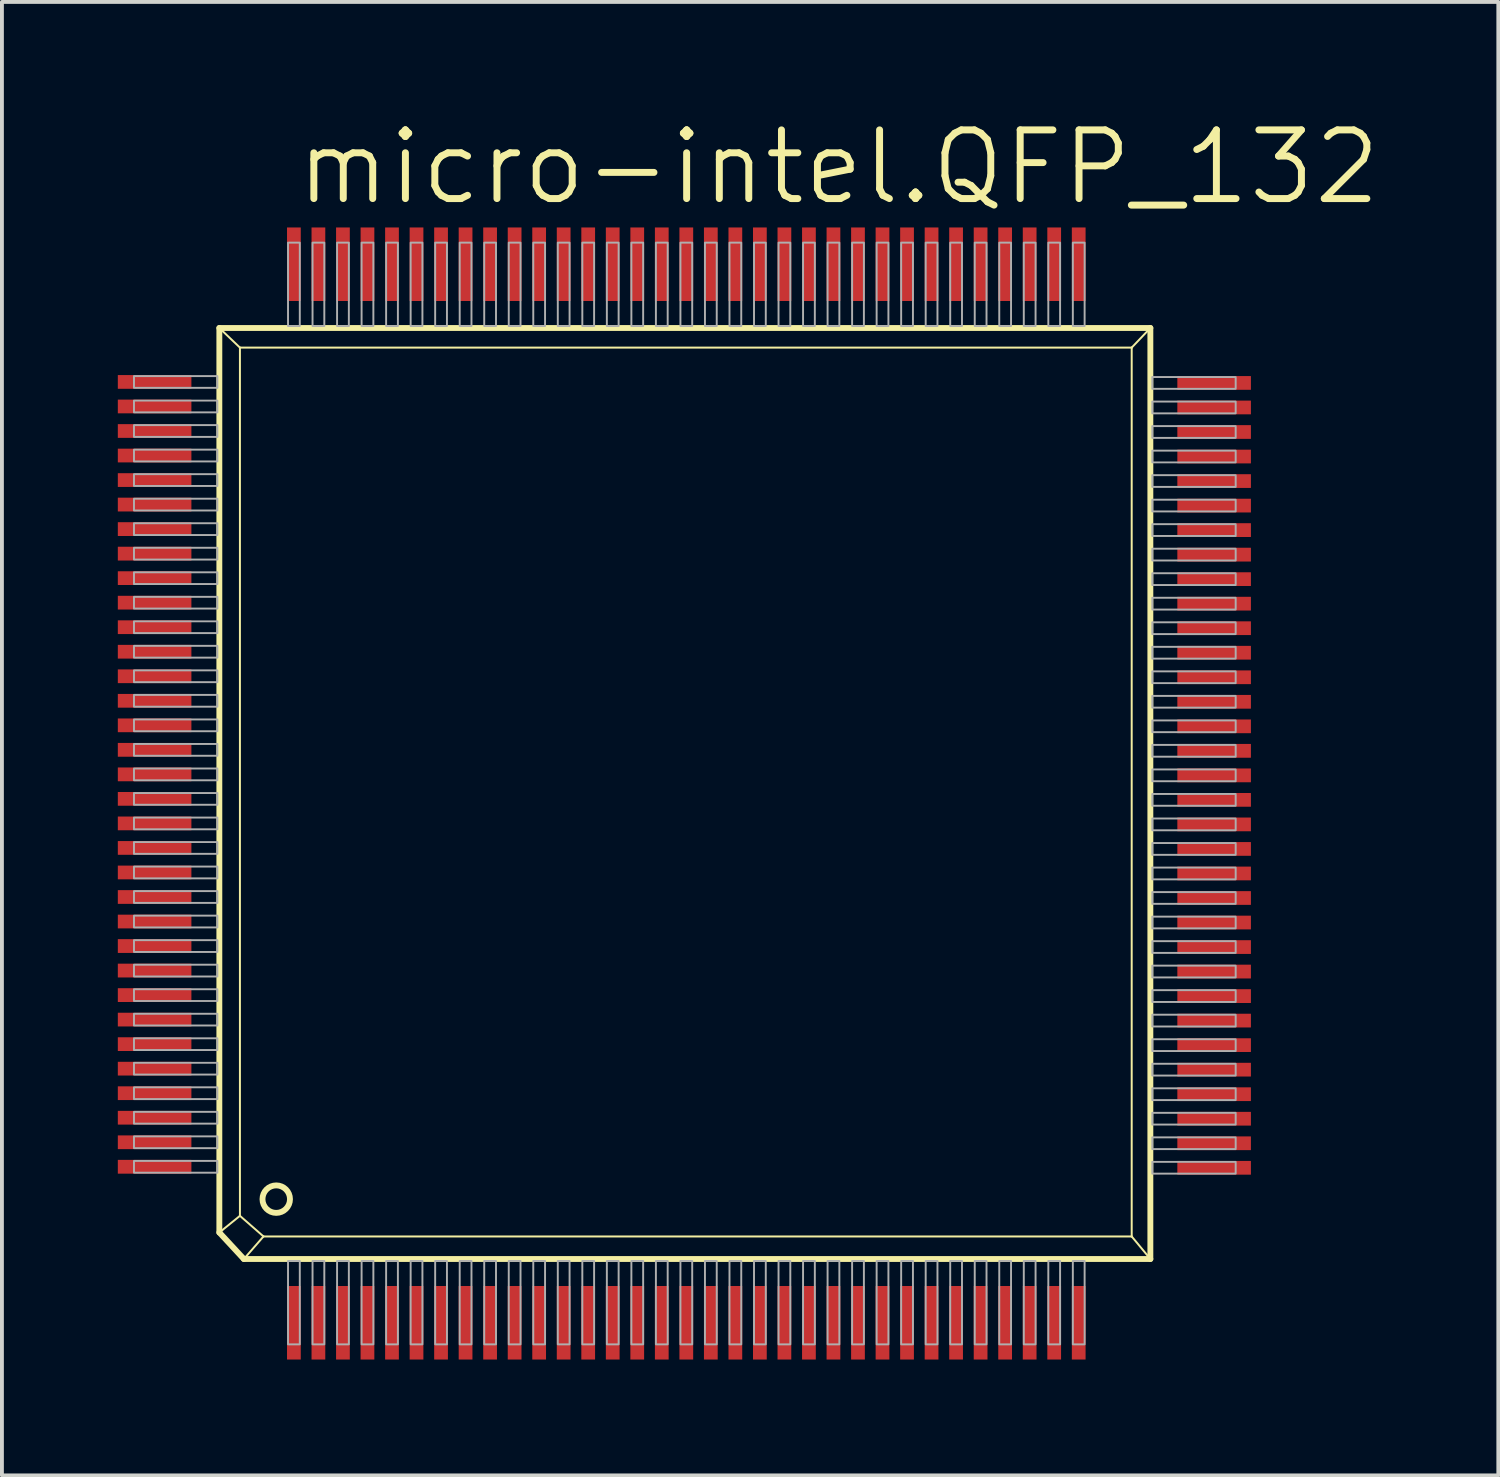
<source format=kicad_pcb>
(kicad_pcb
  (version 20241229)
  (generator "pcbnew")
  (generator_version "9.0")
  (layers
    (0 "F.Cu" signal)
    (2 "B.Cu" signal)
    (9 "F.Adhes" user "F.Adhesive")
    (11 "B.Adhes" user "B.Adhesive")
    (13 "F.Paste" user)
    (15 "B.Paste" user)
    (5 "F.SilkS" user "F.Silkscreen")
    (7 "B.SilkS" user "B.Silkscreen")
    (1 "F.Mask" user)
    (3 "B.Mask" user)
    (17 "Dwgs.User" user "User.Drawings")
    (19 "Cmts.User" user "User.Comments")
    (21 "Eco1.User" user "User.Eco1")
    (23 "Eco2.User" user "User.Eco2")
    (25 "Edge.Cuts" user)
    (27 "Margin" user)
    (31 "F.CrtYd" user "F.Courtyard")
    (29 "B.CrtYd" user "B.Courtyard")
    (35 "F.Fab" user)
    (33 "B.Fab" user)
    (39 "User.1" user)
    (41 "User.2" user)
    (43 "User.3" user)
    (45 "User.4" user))
  (footprint "micro-intel.QFP_132"
    (layer "F.Cu")
    (at 14.694 17.05)
    (property "Reference" "micro-intel.QFP_132" (at -10.16 -14.732 0) (layer "F.SilkS") (effects (font (size 1.778 1.778) (thickness 0.18)) (justify left bottom)))
    (attr smd)
    (fp_line (start -12.065 -11.608) (end -11.532 -11.1) (stroke (width 0.051) (type default)) (layer "F.SilkS"))
    (fp_line (start -12.065 11.811) (end -12.065 -11.608) (stroke (width 0.152) (type default)) (layer "F.SilkS"))
    (fp_line (start -12.065 11.811) (end -11.532 11.379) (stroke (width 0.051) (type default)) (layer "F.SilkS"))
    (fp_line (start -12.065 11.811) (end -11.43 12.497) (stroke (width 0.152) (type default)) (layer "F.SilkS"))
    (fp_line (start -11.532 -11.1) (end -11.532 11.379) (stroke (width 0.051) (type default)) (layer "F.SilkS"))
    (fp_line (start -11.532 -11.1) (end 11.557 -11.1) (stroke (width 0.051) (type default)) (layer "F.SilkS"))
    (fp_line (start -11.43 12.497) (end -10.922 11.913) (stroke (width 0.051) (type default)) (layer "F.SilkS"))
    (fp_line (start -11.43 12.497) (end 12.04 12.497) (stroke (width 0.152) (type default)) (layer "F.SilkS"))
    (fp_line (start -10.922 11.913) (end -11.532 11.379) (stroke (width 0.051) (type default)) (layer "F.SilkS"))
    (fp_line (start -10.922 11.913) (end 11.557 11.913) (stroke (width 0.051) (type default)) (layer "F.SilkS"))
    (fp_line (start 11.557 11.913) (end 11.557 -11.1) (stroke (width 0.051) (type default)) (layer "F.SilkS"))
    (fp_line (start 12.04 -11.608) (end -12.065 -11.608) (stroke (width 0.152) (type default)) (layer "F.SilkS"))
    (fp_line (start 12.04 -11.608) (end 11.557 -11.1) (stroke (width 0.051) (type default)) (layer "F.SilkS"))
    (fp_line (start 12.04 12.497) (end 11.557 11.913) (stroke (width 0.051) (type default)) (layer "F.SilkS"))
    (fp_line (start 12.04 12.497) (end 12.04 -11.608) (stroke (width 0.152) (type default)) (layer "F.SilkS"))
    (fp_circle (center -10.592 10.947) (end -10.236 10.947) (stroke (width 0.152) (type default)) (fill no) (layer "F.SilkS"))
    (fp_rect (start -14.275 -10.058) (end -12.116 -10.363) (stroke (width 0.05) (type default)) (fill no) (layer "F.Fab"))
    (fp_rect (start -14.275 -9.423) (end -12.116 -9.728) (stroke (width 0.05) (type default)) (fill no) (layer "F.Fab"))
    (fp_rect (start -14.275 -8.788) (end -12.116 -9.093) (stroke (width 0.05) (type default)) (fill no) (layer "F.Fab"))
    (fp_rect (start -14.275 -8.153) (end -12.116 -8.458) (stroke (width 0.05) (type default)) (fill no) (layer "F.Fab"))
    (fp_rect (start -14.275 -7.518) (end -12.116 -7.823) (stroke (width 0.05) (type default)) (fill no) (layer "F.Fab"))
    (fp_rect (start -14.275 -6.883) (end -12.116 -7.188) (stroke (width 0.05) (type default)) (fill no) (layer "F.Fab"))
    (fp_rect (start -14.275 -6.248) (end -12.116 -6.553) (stroke (width 0.05) (type default)) (fill no) (layer "F.Fab"))
    (fp_rect (start -14.275 -5.613) (end -12.116 -5.918) (stroke (width 0.05) (type default)) (fill no) (layer "F.Fab"))
    (fp_rect (start -14.275 -4.978) (end -12.116 -5.283) (stroke (width 0.05) (type default)) (fill no) (layer "F.Fab"))
    (fp_rect (start -14.275 -4.343) (end -12.116 -4.648) (stroke (width 0.05) (type default)) (fill no) (layer "F.Fab"))
    (fp_rect (start -14.275 -3.708) (end -12.116 -4.013) (stroke (width 0.05) (type default)) (fill no) (layer "F.Fab"))
    (fp_rect (start -14.275 -3.073) (end -12.116 -3.378) (stroke (width 0.05) (type default)) (fill no) (layer "F.Fab"))
    (fp_rect (start -14.275 -2.438) (end -12.116 -2.743) (stroke (width 0.05) (type default)) (fill no) (layer "F.Fab"))
    (fp_rect (start -14.275 -1.803) (end -12.116 -2.108) (stroke (width 0.05) (type default)) (fill no) (layer "F.Fab"))
    (fp_rect (start -14.275 -1.168) (end -12.116 -1.473) (stroke (width 0.05) (type default)) (fill no) (layer "F.Fab"))
    (fp_rect (start -14.275 -0.533) (end -12.116 -0.838) (stroke (width 0.05) (type default)) (fill no) (layer "F.Fab"))
    (fp_rect (start -14.275 0.102) (end -12.116 -0.203) (stroke (width 0.05) (type default)) (fill no) (layer "F.Fab"))
    (fp_rect (start -14.275 0.737) (end -12.116 0.432) (stroke (width 0.05) (type default)) (fill no) (layer "F.Fab"))
    (fp_rect (start -14.275 1.372) (end -12.116 1.067) (stroke (width 0.05) (type default)) (fill no) (layer "F.Fab"))
    (fp_rect (start -14.275 2.007) (end -12.116 1.702) (stroke (width 0.05) (type default)) (fill no) (layer "F.Fab"))
    (fp_rect (start -14.275 2.642) (end -12.116 2.337) (stroke (width 0.05) (type default)) (fill no) (layer "F.Fab"))
    (fp_rect (start -14.275 3.277) (end -12.116 2.972) (stroke (width 0.05) (type default)) (fill no) (layer "F.Fab"))
    (fp_rect (start -14.275 3.912) (end -12.116 3.607) (stroke (width 0.05) (type default)) (fill no) (layer "F.Fab"))
    (fp_rect (start -14.275 4.547) (end -12.116 4.242) (stroke (width 0.05) (type default)) (fill no) (layer "F.Fab"))
    (fp_rect (start -14.275 5.182) (end -12.116 4.877) (stroke (width 0.05) (type default)) (fill no) (layer "F.Fab"))
    (fp_rect (start -14.275 5.817) (end -12.116 5.512) (stroke (width 0.05) (type default)) (fill no) (layer "F.Fab"))
    (fp_rect (start -14.275 6.452) (end -12.116 6.147) (stroke (width 0.05) (type default)) (fill no) (layer "F.Fab"))
    (fp_rect (start -14.275 7.087) (end -12.116 6.782) (stroke (width 0.05) (type default)) (fill no) (layer "F.Fab"))
    (fp_rect (start -14.275 7.722) (end -12.116 7.417) (stroke (width 0.05) (type default)) (fill no) (layer "F.Fab"))
    (fp_rect (start -14.275 8.357) (end -12.116 8.052) (stroke (width 0.05) (type default)) (fill no) (layer "F.Fab"))
    (fp_rect (start -14.275 8.992) (end -12.116 8.687) (stroke (width 0.05) (type default)) (fill no) (layer "F.Fab"))
    (fp_rect (start -14.275 9.627) (end -12.116 9.322) (stroke (width 0.05) (type default)) (fill no) (layer "F.Fab"))
    (fp_rect (start -14.275 10.262) (end -12.116 9.957) (stroke (width 0.05) (type default)) (fill no) (layer "F.Fab"))
    (fp_rect (start -10.287 -11.659) (end -9.982 -13.818) (stroke (width 0.05) (type default)) (fill no) (layer "F.Fab"))
    (fp_rect (start -10.287 14.707) (end -9.982 12.548) (stroke (width 0.05) (type default)) (fill no) (layer "F.Fab"))
    (fp_rect (start -9.652 -11.659) (end -9.347 -13.818) (stroke (width 0.05) (type default)) (fill no) (layer "F.Fab"))
    (fp_rect (start -9.652 14.707) (end -9.347 12.548) (stroke (width 0.05) (type default)) (fill no) (layer "F.Fab"))
    (fp_rect (start -9.017 -11.659) (end -8.712 -13.818) (stroke (width 0.05) (type default)) (fill no) (layer "F.Fab"))
    (fp_rect (start -9.017 14.707) (end -8.712 12.548) (stroke (width 0.05) (type default)) (fill no) (layer "F.Fab"))
    (fp_rect (start -8.382 -11.659) (end -8.077 -13.818) (stroke (width 0.05) (type default)) (fill no) (layer "F.Fab"))
    (fp_rect (start -8.382 14.707) (end -8.077 12.548) (stroke (width 0.05) (type default)) (fill no) (layer "F.Fab"))
    (fp_rect (start -7.747 -11.659) (end -7.442 -13.818) (stroke (width 0.05) (type default)) (fill no) (layer "F.Fab"))
    (fp_rect (start -7.747 14.707) (end -7.442 12.548) (stroke (width 0.05) (type default)) (fill no) (layer "F.Fab"))
    (fp_rect (start -7.112 -11.659) (end -6.807 -13.818) (stroke (width 0.05) (type default)) (fill no) (layer "F.Fab"))
    (fp_rect (start -7.112 14.707) (end -6.807 12.548) (stroke (width 0.05) (type default)) (fill no) (layer "F.Fab"))
    (fp_rect (start -6.477 -11.659) (end -6.172 -13.818) (stroke (width 0.05) (type default)) (fill no) (layer "F.Fab"))
    (fp_rect (start -6.477 14.707) (end -6.172 12.548) (stroke (width 0.05) (type default)) (fill no) (layer "F.Fab"))
    (fp_rect (start -5.842 -11.659) (end -5.537 -13.818) (stroke (width 0.05) (type default)) (fill no) (layer "F.Fab"))
    (fp_rect (start -5.842 14.707) (end -5.537 12.548) (stroke (width 0.05) (type default)) (fill no) (layer "F.Fab"))
    (fp_rect (start -5.207 -11.659) (end -4.902 -13.818) (stroke (width 0.05) (type default)) (fill no) (layer "F.Fab"))
    (fp_rect (start -5.207 14.707) (end -4.902 12.548) (stroke (width 0.05) (type default)) (fill no) (layer "F.Fab"))
    (fp_rect (start -4.572 -11.659) (end -4.267 -13.818) (stroke (width 0.05) (type default)) (fill no) (layer "F.Fab"))
    (fp_rect (start -4.572 14.707) (end -4.267 12.548) (stroke (width 0.05) (type default)) (fill no) (layer "F.Fab"))
    (fp_rect (start -3.937 -11.659) (end -3.632 -13.818) (stroke (width 0.05) (type default)) (fill no) (layer "F.Fab"))
    (fp_rect (start -3.937 14.707) (end -3.632 12.548) (stroke (width 0.05) (type default)) (fill no) (layer "F.Fab"))
    (fp_rect (start -3.302 -11.659) (end -2.997 -13.818) (stroke (width 0.05) (type default)) (fill no) (layer "F.Fab"))
    (fp_rect (start -3.302 14.707) (end -2.997 12.548) (stroke (width 0.05) (type default)) (fill no) (layer "F.Fab"))
    (fp_rect (start -2.667 -11.659) (end -2.362 -13.818) (stroke (width 0.05) (type default)) (fill no) (layer "F.Fab"))
    (fp_rect (start -2.667 14.707) (end -2.362 12.548) (stroke (width 0.05) (type default)) (fill no) (layer "F.Fab"))
    (fp_rect (start -2.032 -11.659) (end -1.727 -13.818) (stroke (width 0.05) (type default)) (fill no) (layer "F.Fab"))
    (fp_rect (start -2.032 14.707) (end -1.727 12.548) (stroke (width 0.05) (type default)) (fill no) (layer "F.Fab"))
    (fp_rect (start -1.397 -11.659) (end -1.092 -13.818) (stroke (width 0.05) (type default)) (fill no) (layer "F.Fab"))
    (fp_rect (start -1.397 14.707) (end -1.092 12.548) (stroke (width 0.05) (type default)) (fill no) (layer "F.Fab"))
    (fp_rect (start -0.762 -11.659) (end -0.457 -13.818) (stroke (width 0.05) (type default)) (fill no) (layer "F.Fab"))
    (fp_rect (start -0.762 14.707) (end -0.457 12.548) (stroke (width 0.05) (type default)) (fill no) (layer "F.Fab"))
    (fp_rect (start -0.127 -11.659) (end 0.178 -13.818) (stroke (width 0.05) (type default)) (fill no) (layer "F.Fab"))
    (fp_rect (start -0.127 14.707) (end 0.178 12.548) (stroke (width 0.05) (type default)) (fill no) (layer "F.Fab"))
    (fp_rect (start 0.508 -11.659) (end 0.813 -13.818) (stroke (width 0.05) (type default)) (fill no) (layer "F.Fab"))
    (fp_rect (start 0.508 14.707) (end 0.813 12.548) (stroke (width 0.05) (type default)) (fill no) (layer "F.Fab"))
    (fp_rect (start 1.143 -11.659) (end 1.448 -13.818) (stroke (width 0.05) (type default)) (fill no) (layer "F.Fab"))
    (fp_rect (start 1.143 14.707) (end 1.448 12.548) (stroke (width 0.05) (type default)) (fill no) (layer "F.Fab"))
    (fp_rect (start 1.778 -11.659) (end 2.083 -13.818) (stroke (width 0.05) (type default)) (fill no) (layer "F.Fab"))
    (fp_rect (start 1.778 14.707) (end 2.083 12.548) (stroke (width 0.05) (type default)) (fill no) (layer "F.Fab"))
    (fp_rect (start 2.413 -11.659) (end 2.718 -13.818) (stroke (width 0.05) (type default)) (fill no) (layer "F.Fab"))
    (fp_rect (start 2.413 14.707) (end 2.718 12.548) (stroke (width 0.05) (type default)) (fill no) (layer "F.Fab"))
    (fp_rect (start 3.048 -11.659) (end 3.353 -13.818) (stroke (width 0.05) (type default)) (fill no) (layer "F.Fab"))
    (fp_rect (start 3.048 14.707) (end 3.353 12.548) (stroke (width 0.05) (type default)) (fill no) (layer "F.Fab"))
    (fp_rect (start 3.683 -11.659) (end 3.988 -13.818) (stroke (width 0.05) (type default)) (fill no) (layer "F.Fab"))
    (fp_rect (start 3.683 14.707) (end 3.988 12.548) (stroke (width 0.05) (type default)) (fill no) (layer "F.Fab"))
    (fp_rect (start 4.318 -11.659) (end 4.623 -13.818) (stroke (width 0.05) (type default)) (fill no) (layer "F.Fab"))
    (fp_rect (start 4.318 14.707) (end 4.623 12.548) (stroke (width 0.05) (type default)) (fill no) (layer "F.Fab"))
    (fp_rect (start 4.953 -11.659) (end 5.258 -13.818) (stroke (width 0.05) (type default)) (fill no) (layer "F.Fab"))
    (fp_rect (start 4.953 14.707) (end 5.258 12.548) (stroke (width 0.05) (type default)) (fill no) (layer "F.Fab"))
    (fp_rect (start 5.588 -11.659) (end 5.893 -13.818) (stroke (width 0.05) (type default)) (fill no) (layer "F.Fab"))
    (fp_rect (start 5.588 14.707) (end 5.893 12.548) (stroke (width 0.05) (type default)) (fill no) (layer "F.Fab"))
    (fp_rect (start 6.223 -11.659) (end 6.528 -13.818) (stroke (width 0.05) (type default)) (fill no) (layer "F.Fab"))
    (fp_rect (start 6.223 14.707) (end 6.528 12.548) (stroke (width 0.05) (type default)) (fill no) (layer "F.Fab"))
    (fp_rect (start 6.858 -11.659) (end 7.163 -13.818) (stroke (width 0.05) (type default)) (fill no) (layer "F.Fab"))
    (fp_rect (start 6.858 14.707) (end 7.163 12.548) (stroke (width 0.05) (type default)) (fill no) (layer "F.Fab"))
    (fp_rect (start 7.493 -11.659) (end 7.798 -13.818) (stroke (width 0.05) (type default)) (fill no) (layer "F.Fab"))
    (fp_rect (start 7.493 14.707) (end 7.798 12.548) (stroke (width 0.05) (type default)) (fill no) (layer "F.Fab"))
    (fp_rect (start 8.128 -11.659) (end 8.433 -13.818) (stroke (width 0.05) (type default)) (fill no) (layer "F.Fab"))
    (fp_rect (start 8.128 14.707) (end 8.433 12.548) (stroke (width 0.05) (type default)) (fill no) (layer "F.Fab"))
    (fp_rect (start 8.763 -11.659) (end 9.068 -13.818) (stroke (width 0.05) (type default)) (fill no) (layer "F.Fab"))
    (fp_rect (start 8.763 14.707) (end 9.068 12.548) (stroke (width 0.05) (type default)) (fill no) (layer "F.Fab"))
    (fp_rect (start 9.398 -11.659) (end 9.703 -13.818) (stroke (width 0.05) (type default)) (fill no) (layer "F.Fab"))
    (fp_rect (start 9.398 14.707) (end 9.703 12.548) (stroke (width 0.05) (type default)) (fill no) (layer "F.Fab"))
    (fp_rect (start 10.033 -11.659) (end 10.338 -13.818) (stroke (width 0.05) (type default)) (fill no) (layer "F.Fab"))
    (fp_rect (start 10.033 14.707) (end 10.338 12.548) (stroke (width 0.05) (type default)) (fill no) (layer "F.Fab"))
    (fp_rect (start 12.09 -10.033) (end 14.249 -10.338) (stroke (width 0.05) (type default)) (fill no) (layer "F.Fab"))
    (fp_rect (start 12.09 -9.398) (end 14.249 -9.703) (stroke (width 0.05) (type default)) (fill no) (layer "F.Fab"))
    (fp_rect (start 12.09 -8.763) (end 14.249 -9.068) (stroke (width 0.05) (type default)) (fill no) (layer "F.Fab"))
    (fp_rect (start 12.09 -8.128) (end 14.249 -8.433) (stroke (width 0.05) (type default)) (fill no) (layer "F.Fab"))
    (fp_rect (start 12.09 -7.493) (end 14.249 -7.798) (stroke (width 0.05) (type default)) (fill no) (layer "F.Fab"))
    (fp_rect (start 12.09 -6.858) (end 14.249 -7.163) (stroke (width 0.05) (type default)) (fill no) (layer "F.Fab"))
    (fp_rect (start 12.09 -6.223) (end 14.249 -6.528) (stroke (width 0.05) (type default)) (fill no) (layer "F.Fab"))
    (fp_rect (start 12.09 -5.588) (end 14.249 -5.893) (stroke (width 0.05) (type default)) (fill no) (layer "F.Fab"))
    (fp_rect (start 12.09 -4.953) (end 14.249 -5.258) (stroke (width 0.05) (type default)) (fill no) (layer "F.Fab"))
    (fp_rect (start 12.09 -4.318) (end 14.249 -4.623) (stroke (width 0.05) (type default)) (fill no) (layer "F.Fab"))
    (fp_rect (start 12.09 -3.683) (end 14.249 -3.988) (stroke (width 0.05) (type default)) (fill no) (layer "F.Fab"))
    (fp_rect (start 12.09 -3.048) (end 14.249 -3.353) (stroke (width 0.05) (type default)) (fill no) (layer "F.Fab"))
    (fp_rect (start 12.09 -2.413) (end 14.249 -2.718) (stroke (width 0.05) (type default)) (fill no) (layer "F.Fab"))
    (fp_rect (start 12.09 -1.778) (end 14.249 -2.083) (stroke (width 0.05) (type default)) (fill no) (layer "F.Fab"))
    (fp_rect (start 12.09 -1.143) (end 14.249 -1.448) (stroke (width 0.05) (type default)) (fill no) (layer "F.Fab"))
    (fp_rect (start 12.09 -0.508) (end 14.249 -0.813) (stroke (width 0.05) (type default)) (fill no) (layer "F.Fab"))
    (fp_rect (start 12.09 0.127) (end 14.249 -0.178) (stroke (width 0.05) (type default)) (fill no) (layer "F.Fab"))
    (fp_rect (start 12.09 0.762) (end 14.249 0.457) (stroke (width 0.05) (type default)) (fill no) (layer "F.Fab"))
    (fp_rect (start 12.09 1.397) (end 14.249 1.092) (stroke (width 0.05) (type default)) (fill no) (layer "F.Fab"))
    (fp_rect (start 12.09 2.032) (end 14.249 1.727) (stroke (width 0.05) (type default)) (fill no) (layer "F.Fab"))
    (fp_rect (start 12.09 2.667) (end 14.249 2.362) (stroke (width 0.05) (type default)) (fill no) (layer "F.Fab"))
    (fp_rect (start 12.09 3.302) (end 14.249 2.997) (stroke (width 0.05) (type default)) (fill no) (layer "F.Fab"))
    (fp_rect (start 12.09 3.937) (end 14.249 3.632) (stroke (width 0.05) (type default)) (fill no) (layer "F.Fab"))
    (fp_rect (start 12.09 4.572) (end 14.249 4.267) (stroke (width 0.05) (type default)) (fill no) (layer "F.Fab"))
    (fp_rect (start 12.09 5.207) (end 14.249 4.902) (stroke (width 0.05) (type default)) (fill no) (layer "F.Fab"))
    (fp_rect (start 12.09 5.842) (end 14.249 5.537) (stroke (width 0.05) (type default)) (fill no) (layer "F.Fab"))
    (fp_rect (start 12.09 6.477) (end 14.249 6.172) (stroke (width 0.05) (type default)) (fill no) (layer "F.Fab"))
    (fp_rect (start 12.09 7.112) (end 14.249 6.807) (stroke (width 0.05) (type default)) (fill no) (layer "F.Fab"))
    (fp_rect (start 12.09 7.747) (end 14.249 7.442) (stroke (width 0.05) (type default)) (fill no) (layer "F.Fab"))
    (fp_rect (start 12.09 8.382) (end 14.249 8.077) (stroke (width 0.05) (type default)) (fill no) (layer "F.Fab"))
    (fp_rect (start 12.09 9.017) (end 14.249 8.712) (stroke (width 0.05) (type default)) (fill no) (layer "F.Fab"))
    (fp_rect (start 12.09 9.652) (end 14.249 9.347) (stroke (width 0.05) (type default)) (fill no) (layer "F.Fab"))
    (fp_rect (start 12.09 10.287) (end 14.249 9.982) (stroke (width 0.05) (type default)) (fill no) (layer "F.Fab"))
    (pad "1" smd roundrect (at -10.135 14.148) (size 0.356 1.905) (layers "F.Cu" "F.Mask" "F.Paste") (roundrect_rratio 0.01))
    (pad "2" smd roundrect (at -9.5 14.148) (size 0.356 1.905) (layers "F.Cu" "F.Mask" "F.Paste") (roundrect_rratio 0.01))
    (pad "3" smd roundrect (at -8.865 14.148) (size 0.356 1.905) (layers "F.Cu" "F.Mask" "F.Paste") (roundrect_rratio 0.01))
    (pad "4" smd roundrect (at -8.23 14.148) (size 0.356 1.905) (layers "F.Cu" "F.Mask" "F.Paste") (roundrect_rratio 0.01))
    (pad "5" smd roundrect (at -7.595 14.148) (size 0.356 1.905) (layers "F.Cu" "F.Mask" "F.Paste") (roundrect_rratio 0.01))
    (pad "6" smd roundrect (at -6.96 14.148) (size 0.356 1.905) (layers "F.Cu" "F.Mask" "F.Paste") (roundrect_rratio 0.01))
    (pad "7" smd roundrect (at -6.325 14.148) (size 0.356 1.905) (layers "F.Cu" "F.Mask" "F.Paste") (roundrect_rratio 0.01))
    (pad "8" smd roundrect (at -5.69 14.148) (size 0.356 1.905) (layers "F.Cu" "F.Mask" "F.Paste") (roundrect_rratio 0.01))
    (pad "9" smd roundrect (at -5.055 14.148) (size 0.356 1.905) (layers "F.Cu" "F.Mask" "F.Paste") (roundrect_rratio 0.01))
    (pad "10" smd roundrect (at -4.42 14.148) (size 0.356 1.905) (layers "F.Cu" "F.Mask" "F.Paste") (roundrect_rratio 0.01))
    (pad "11" smd roundrect (at -3.785 14.148) (size 0.356 1.905) (layers "F.Cu" "F.Mask" "F.Paste") (roundrect_rratio 0.01))
    (pad "12" smd roundrect (at -3.15 14.148) (size 0.356 1.905) (layers "F.Cu" "F.Mask" "F.Paste") (roundrect_rratio 0.01))
    (pad "13" smd roundrect (at -2.515 14.148) (size 0.356 1.905) (layers "F.Cu" "F.Mask" "F.Paste") (roundrect_rratio 0.01))
    (pad "14" smd roundrect (at -1.88 14.148) (size 0.356 1.905) (layers "F.Cu" "F.Mask" "F.Paste") (roundrect_rratio 0.01))
    (pad "15" smd roundrect (at -1.245 14.148) (size 0.356 1.905) (layers "F.Cu" "F.Mask" "F.Paste") (roundrect_rratio 0.01))
    (pad "16" smd roundrect (at -0.61 14.148) (size 0.356 1.905) (layers "F.Cu" "F.Mask" "F.Paste") (roundrect_rratio 0.01))
    (pad "17" smd roundrect (at 0.025 14.148) (size 0.356 1.905) (layers "F.Cu" "F.Mask" "F.Paste") (roundrect_rratio 0.01))
    (pad "18" smd roundrect (at 0.66 14.148) (size 0.356 1.905) (layers "F.Cu" "F.Mask" "F.Paste") (roundrect_rratio 0.01))
    (pad "19" smd roundrect (at 1.295 14.148) (size 0.356 1.905) (layers "F.Cu" "F.Mask" "F.Paste") (roundrect_rratio 0.01))
    (pad "20" smd roundrect (at 1.93 14.148) (size 0.356 1.905) (layers "F.Cu" "F.Mask" "F.Paste") (roundrect_rratio 0.01))
    (pad "21" smd roundrect (at 2.565 14.148) (size 0.356 1.905) (layers "F.Cu" "F.Mask" "F.Paste") (roundrect_rratio 0.01))
    (pad "22" smd roundrect (at 3.2 14.148) (size 0.356 1.905) (layers "F.Cu" "F.Mask" "F.Paste") (roundrect_rratio 0.01))
    (pad "23" smd roundrect (at 3.835 14.148) (size 0.356 1.905) (layers "F.Cu" "F.Mask" "F.Paste") (roundrect_rratio 0.01))
    (pad "24" smd roundrect (at 4.47 14.148) (size 0.356 1.905) (layers "F.Cu" "F.Mask" "F.Paste") (roundrect_rratio 0.01))
    (pad "25" smd roundrect (at 5.105 14.148) (size 0.356 1.905) (layers "F.Cu" "F.Mask" "F.Paste") (roundrect_rratio 0.01))
    (pad "26" smd roundrect (at 5.74 14.148) (size 0.356 1.905) (layers "F.Cu" "F.Mask" "F.Paste") (roundrect_rratio 0.01))
    (pad "27" smd roundrect (at 6.375 14.148) (size 0.356 1.905) (layers "F.Cu" "F.Mask" "F.Paste") (roundrect_rratio 0.01))
    (pad "28" smd roundrect (at 7.01 14.148) (size 0.356 1.905) (layers "F.Cu" "F.Mask" "F.Paste") (roundrect_rratio 0.01))
    (pad "29" smd roundrect (at 7.645 14.148) (size 0.356 1.905) (layers "F.Cu" "F.Mask" "F.Paste") (roundrect_rratio 0.01))
    (pad "30" smd roundrect (at 8.28 14.148) (size 0.356 1.905) (layers "F.Cu" "F.Mask" "F.Paste") (roundrect_rratio 0.01))
    (pad "31" smd roundrect (at 8.915 14.148) (size 0.356 1.905) (layers "F.Cu" "F.Mask" "F.Paste") (roundrect_rratio 0.01))
    (pad "32" smd roundrect (at 9.55 14.148) (size 0.356 1.905) (layers "F.Cu" "F.Mask" "F.Paste") (roundrect_rratio 0.01))
    (pad "33" smd roundrect (at 10.185 14.148) (size 0.356 1.905) (layers "F.Cu" "F.Mask" "F.Paste") (roundrect_rratio 0.01))
    (pad "34" smd roundrect (at 13.691 10.135) (size 1.905 0.356) (layers "F.Cu" "F.Mask" "F.Paste") (roundrect_rratio 0.01))
    (pad "35" smd roundrect (at 13.691 9.5) (size 1.905 0.356) (layers "F.Cu" "F.Mask" "F.Paste") (roundrect_rratio 0.01))
    (pad "36" smd roundrect (at 13.691 8.865) (size 1.905 0.356) (layers "F.Cu" "F.Mask" "F.Paste") (roundrect_rratio 0.01))
    (pad "37" smd roundrect (at 13.691 8.23) (size 1.905 0.356) (layers "F.Cu" "F.Mask" "F.Paste") (roundrect_rratio 0.01))
    (pad "38" smd roundrect (at 13.691 7.595) (size 1.905 0.356) (layers "F.Cu" "F.Mask" "F.Paste") (roundrect_rratio 0.01))
    (pad "39" smd roundrect (at 13.691 6.96) (size 1.905 0.356) (layers "F.Cu" "F.Mask" "F.Paste") (roundrect_rratio 0.01))
    (pad "40" smd roundrect (at 13.691 6.325) (size 1.905 0.356) (layers "F.Cu" "F.Mask" "F.Paste") (roundrect_rratio 0.01))
    (pad "41" smd roundrect (at 13.691 5.69) (size 1.905 0.356) (layers "F.Cu" "F.Mask" "F.Paste") (roundrect_rratio 0.01))
    (pad "42" smd roundrect (at 13.691 5.055) (size 1.905 0.356) (layers "F.Cu" "F.Mask" "F.Paste") (roundrect_rratio 0.01))
    (pad "43" smd roundrect (at 13.691 4.42) (size 1.905 0.356) (layers "F.Cu" "F.Mask" "F.Paste") (roundrect_rratio 0.01))
    (pad "44" smd roundrect (at 13.691 3.785) (size 1.905 0.356) (layers "F.Cu" "F.Mask" "F.Paste") (roundrect_rratio 0.01))
    (pad "45" smd roundrect (at 13.691 3.15) (size 1.905 0.356) (layers "F.Cu" "F.Mask" "F.Paste") (roundrect_rratio 0.01))
    (pad "46" smd roundrect (at 13.691 2.515) (size 1.905 0.356) (layers "F.Cu" "F.Mask" "F.Paste") (roundrect_rratio 0.01))
    (pad "47" smd roundrect (at 13.691 1.88) (size 1.905 0.356) (layers "F.Cu" "F.Mask" "F.Paste") (roundrect_rratio 0.01))
    (pad "48" smd roundrect (at 13.691 1.245) (size 1.905 0.356) (layers "F.Cu" "F.Mask" "F.Paste") (roundrect_rratio 0.01))
    (pad "49" smd roundrect (at 13.691 0.61) (size 1.905 0.356) (layers "F.Cu" "F.Mask" "F.Paste") (roundrect_rratio 0.01))
    (pad "50" smd roundrect (at 13.691 -0.025) (size 1.905 0.356) (layers "F.Cu" "F.Mask" "F.Paste") (roundrect_rratio 0.01))
    (pad "51" smd roundrect (at 13.691 -0.66) (size 1.905 0.356) (layers "F.Cu" "F.Mask" "F.Paste") (roundrect_rratio 0.01))
    (pad "52" smd roundrect (at 13.691 -1.295) (size 1.905 0.356) (layers "F.Cu" "F.Mask" "F.Paste") (roundrect_rratio 0.01))
    (pad "53" smd roundrect (at 13.691 -1.93) (size 1.905 0.356) (layers "F.Cu" "F.Mask" "F.Paste") (roundrect_rratio 0.01))
    (pad "54" smd roundrect (at 13.691 -2.565) (size 1.905 0.356) (layers "F.Cu" "F.Mask" "F.Paste") (roundrect_rratio 0.01))
    (pad "55" smd roundrect (at 13.691 -3.2) (size 1.905 0.356) (layers "F.Cu" "F.Mask" "F.Paste") (roundrect_rratio 0.01))
    (pad "56" smd roundrect (at 13.691 -3.835) (size 1.905 0.356) (layers "F.Cu" "F.Mask" "F.Paste") (roundrect_rratio 0.01))
    (pad "57" smd roundrect (at 13.691 -4.47) (size 1.905 0.356) (layers "F.Cu" "F.Mask" "F.Paste") (roundrect_rratio 0.01))
    (pad "58" smd roundrect (at 13.691 -5.105) (size 1.905 0.356) (layers "F.Cu" "F.Mask" "F.Paste") (roundrect_rratio 0.01))
    (pad "59" smd roundrect (at 13.691 -5.74) (size 1.905 0.356) (layers "F.Cu" "F.Mask" "F.Paste") (roundrect_rratio 0.01))
    (pad "60" smd roundrect (at 13.691 -6.375) (size 1.905 0.356) (layers "F.Cu" "F.Mask" "F.Paste") (roundrect_rratio 0.01))
    (pad "61" smd roundrect (at 13.691 -7.01) (size 1.905 0.356) (layers "F.Cu" "F.Mask" "F.Paste") (roundrect_rratio 0.01))
    (pad "62" smd roundrect (at 13.691 -7.645) (size 1.905 0.356) (layers "F.Cu" "F.Mask" "F.Paste") (roundrect_rratio 0.01))
    (pad "63" smd roundrect (at 13.691 -8.28) (size 1.905 0.356) (layers "F.Cu" "F.Mask" "F.Paste") (roundrect_rratio 0.01))
    (pad "64" smd roundrect (at 13.691 -8.915) (size 1.905 0.356) (layers "F.Cu" "F.Mask" "F.Paste") (roundrect_rratio 0.01))
    (pad "65" smd roundrect (at 13.691 -9.55) (size 1.905 0.356) (layers "F.Cu" "F.Mask" "F.Paste") (roundrect_rratio 0.01))
    (pad "66" smd roundrect (at 13.691 -10.185) (size 1.905 0.356) (layers "F.Cu" "F.Mask" "F.Paste") (roundrect_rratio 0.01))
    (pad "67" smd roundrect (at 10.185 -13.259) (size 0.356 1.905) (layers "F.Cu" "F.Mask" "F.Paste") (roundrect_rratio 0.01))
    (pad "68" smd roundrect (at 9.55 -13.259) (size 0.356 1.905) (layers "F.Cu" "F.Mask" "F.Paste") (roundrect_rratio 0.01))
    (pad "69" smd roundrect (at 8.915 -13.259) (size 0.356 1.905) (layers "F.Cu" "F.Mask" "F.Paste") (roundrect_rratio 0.01))
    (pad "70" smd roundrect (at 8.28 -13.259) (size 0.356 1.905) (layers "F.Cu" "F.Mask" "F.Paste") (roundrect_rratio 0.01))
    (pad "71" smd roundrect (at 7.645 -13.259) (size 0.356 1.905) (layers "F.Cu" "F.Mask" "F.Paste") (roundrect_rratio 0.01))
    (pad "72" smd roundrect (at 7.01 -13.259) (size 0.356 1.905) (layers "F.Cu" "F.Mask" "F.Paste") (roundrect_rratio 0.01))
    (pad "73" smd roundrect (at 6.375 -13.259) (size 0.356 1.905) (layers "F.Cu" "F.Mask" "F.Paste") (roundrect_rratio 0.01))
    (pad "74" smd roundrect (at 5.74 -13.259) (size 0.356 1.905) (layers "F.Cu" "F.Mask" "F.Paste") (roundrect_rratio 0.01))
    (pad "75" smd roundrect (at 5.105 -13.259) (size 0.356 1.905) (layers "F.Cu" "F.Mask" "F.Paste") (roundrect_rratio 0.01))
    (pad "76" smd roundrect (at 4.47 -13.259) (size 0.356 1.905) (layers "F.Cu" "F.Mask" "F.Paste") (roundrect_rratio 0.01))
    (pad "77" smd roundrect (at 3.835 -13.259) (size 0.356 1.905) (layers "F.Cu" "F.Mask" "F.Paste") (roundrect_rratio 0.01))
    (pad "78" smd roundrect (at 3.2 -13.259) (size 0.356 1.905) (layers "F.Cu" "F.Mask" "F.Paste") (roundrect_rratio 0.01))
    (pad "79" smd roundrect (at 2.565 -13.259) (size 0.356 1.905) (layers "F.Cu" "F.Mask" "F.Paste") (roundrect_rratio 0.01))
    (pad "80" smd roundrect (at 1.93 -13.259) (size 0.356 1.905) (layers "F.Cu" "F.Mask" "F.Paste") (roundrect_rratio 0.01))
    (pad "81" smd roundrect (at 1.295 -13.259) (size 0.356 1.905) (layers "F.Cu" "F.Mask" "F.Paste") (roundrect_rratio 0.01))
    (pad "82" smd roundrect (at 0.66 -13.259) (size 0.356 1.905) (layers "F.Cu" "F.Mask" "F.Paste") (roundrect_rratio 0.01))
    (pad "83" smd roundrect (at 0.025 -13.259) (size 0.356 1.905) (layers "F.Cu" "F.Mask" "F.Paste") (roundrect_rratio 0.01))
    (pad "84" smd roundrect (at -0.61 -13.259) (size 0.356 1.905) (layers "F.Cu" "F.Mask" "F.Paste") (roundrect_rratio 0.01))
    (pad "85" smd roundrect (at -1.245 -13.259) (size 0.356 1.905) (layers "F.Cu" "F.Mask" "F.Paste") (roundrect_rratio 0.01))
    (pad "86" smd roundrect (at -1.88 -13.259) (size 0.356 1.905) (layers "F.Cu" "F.Mask" "F.Paste") (roundrect_rratio 0.01))
    (pad "87" smd roundrect (at -2.515 -13.259) (size 0.356 1.905) (layers "F.Cu" "F.Mask" "F.Paste") (roundrect_rratio 0.01))
    (pad "88" smd roundrect (at -3.15 -13.259) (size 0.356 1.905) (layers "F.Cu" "F.Mask" "F.Paste") (roundrect_rratio 0.01))
    (pad "89" smd roundrect (at -3.785 -13.259) (size 0.356 1.905) (layers "F.Cu" "F.Mask" "F.Paste") (roundrect_rratio 0.01))
    (pad "90" smd roundrect (at -4.42 -13.259) (size 0.356 1.905) (layers "F.Cu" "F.Mask" "F.Paste") (roundrect_rratio 0.01))
    (pad "91" smd roundrect (at -5.055 -13.259) (size 0.356 1.905) (layers "F.Cu" "F.Mask" "F.Paste") (roundrect_rratio 0.01))
    (pad "92" smd roundrect (at -5.69 -13.259) (size 0.356 1.905) (layers "F.Cu" "F.Mask" "F.Paste") (roundrect_rratio 0.01))
    (pad "93" smd roundrect (at -6.325 -13.259) (size 0.356 1.905) (layers "F.Cu" "F.Mask" "F.Paste") (roundrect_rratio 0.01))
    (pad "94" smd roundrect (at -6.96 -13.259) (size 0.356 1.905) (layers "F.Cu" "F.Mask" "F.Paste") (roundrect_rratio 0.01))
    (pad "95" smd roundrect (at -7.595 -13.259) (size 0.356 1.905) (layers "F.Cu" "F.Mask" "F.Paste") (roundrect_rratio 0.01))
    (pad "96" smd roundrect (at -8.23 -13.259) (size 0.356 1.905) (layers "F.Cu" "F.Mask" "F.Paste") (roundrect_rratio 0.01))
    (pad "97" smd roundrect (at -8.865 -13.259) (size 0.356 1.905) (layers "F.Cu" "F.Mask" "F.Paste") (roundrect_rratio 0.01))
    (pad "98" smd roundrect (at -9.5 -13.259) (size 0.356 1.905) (layers "F.Cu" "F.Mask" "F.Paste") (roundrect_rratio 0.01))
    (pad "99" smd roundrect (at -10.135 -13.259) (size 0.356 1.905) (layers "F.Cu" "F.Mask" "F.Paste") (roundrect_rratio 0.01))
    (pad "100" smd roundrect (at -13.741 -10.211) (size 1.905 0.356) (layers "F.Cu" "F.Mask" "F.Paste") (roundrect_rratio 0.01))
    (pad "101" smd roundrect (at -13.741 -9.576) (size 1.905 0.356) (layers "F.Cu" "F.Mask" "F.Paste") (roundrect_rratio 0.01))
    (pad "102" smd roundrect (at -13.741 -8.941) (size 1.905 0.356) (layers "F.Cu" "F.Mask" "F.Paste") (roundrect_rratio 0.01))
    (pad "103" smd roundrect (at -13.741 -8.306) (size 1.905 0.356) (layers "F.Cu" "F.Mask" "F.Paste") (roundrect_rratio 0.01))
    (pad "104" smd roundrect (at -13.741 -7.671) (size 1.905 0.356) (layers "F.Cu" "F.Mask" "F.Paste") (roundrect_rratio 0.01))
    (pad "105" smd roundrect (at -13.741 -7.036) (size 1.905 0.356) (layers "F.Cu" "F.Mask" "F.Paste") (roundrect_rratio 0.01))
    (pad "106" smd roundrect (at -13.741 -6.401) (size 1.905 0.356) (layers "F.Cu" "F.Mask" "F.Paste") (roundrect_rratio 0.01))
    (pad "107" smd roundrect (at -13.741 -5.766) (size 1.905 0.356) (layers "F.Cu" "F.Mask" "F.Paste") (roundrect_rratio 0.01))
    (pad "108" smd roundrect (at -13.741 -5.131) (size 1.905 0.356) (layers "F.Cu" "F.Mask" "F.Paste") (roundrect_rratio 0.01))
    (pad "109" smd roundrect (at -13.741 -4.496) (size 1.905 0.356) (layers "F.Cu" "F.Mask" "F.Paste") (roundrect_rratio 0.01))
    (pad "110" smd roundrect (at -13.741 -3.861) (size 1.905 0.356) (layers "F.Cu" "F.Mask" "F.Paste") (roundrect_rratio 0.01))
    (pad "111" smd roundrect (at -13.741 -3.226) (size 1.905 0.356) (layers "F.Cu" "F.Mask" "F.Paste") (roundrect_rratio 0.01))
    (pad "112" smd roundrect (at -13.741 -2.591) (size 1.905 0.356) (layers "F.Cu" "F.Mask" "F.Paste") (roundrect_rratio 0.01))
    (pad "113" smd roundrect (at -13.741 -1.956) (size 1.905 0.356) (layers "F.Cu" "F.Mask" "F.Paste") (roundrect_rratio 0.01))
    (pad "114" smd roundrect (at -13.741 -1.321) (size 1.905 0.356) (layers "F.Cu" "F.Mask" "F.Paste") (roundrect_rratio 0.01))
    (pad "115" smd roundrect (at -13.741 -0.686) (size 1.905 0.356) (layers "F.Cu" "F.Mask" "F.Paste") (roundrect_rratio 0.01))
    (pad "116" smd roundrect (at -13.741 -0.051) (size 1.905 0.356) (layers "F.Cu" "F.Mask" "F.Paste") (roundrect_rratio 0.01))
    (pad "117" smd roundrect (at -13.741 0.584) (size 1.905 0.356) (layers "F.Cu" "F.Mask" "F.Paste") (roundrect_rratio 0.01))
    (pad "118" smd roundrect (at -13.741 1.219) (size 1.905 0.356) (layers "F.Cu" "F.Mask" "F.Paste") (roundrect_rratio 0.01))
    (pad "119" smd roundrect (at -13.741 1.854) (size 1.905 0.356) (layers "F.Cu" "F.Mask" "F.Paste") (roundrect_rratio 0.01))
    (pad "120" smd roundrect (at -13.741 2.489) (size 1.905 0.356) (layers "F.Cu" "F.Mask" "F.Paste") (roundrect_rratio 0.01))
    (pad "121" smd roundrect (at -13.741 3.124) (size 1.905 0.356) (layers "F.Cu" "F.Mask" "F.Paste") (roundrect_rratio 0.01))
    (pad "122" smd roundrect (at -13.741 3.759) (size 1.905 0.356) (layers "F.Cu" "F.Mask" "F.Paste") (roundrect_rratio 0.01))
    (pad "123" smd roundrect (at -13.741 4.394) (size 1.905 0.356) (layers "F.Cu" "F.Mask" "F.Paste") (roundrect_rratio 0.01))
    (pad "124" smd roundrect (at -13.741 5.029) (size 1.905 0.356) (layers "F.Cu" "F.Mask" "F.Paste") (roundrect_rratio 0.01))
    (pad "125" smd roundrect (at -13.741 5.664) (size 1.905 0.356) (layers "F.Cu" "F.Mask" "F.Paste") (roundrect_rratio 0.01))
    (pad "126" smd roundrect (at -13.741 6.299) (size 1.905 0.356) (layers "F.Cu" "F.Mask" "F.Paste") (roundrect_rratio 0.01))
    (pad "127" smd roundrect (at -13.741 6.934) (size 1.905 0.356) (layers "F.Cu" "F.Mask" "F.Paste") (roundrect_rratio 0.01))
    (pad "128" smd roundrect (at -13.741 7.569) (size 1.905 0.356) (layers "F.Cu" "F.Mask" "F.Paste") (roundrect_rratio 0.01))
    (pad "129" smd roundrect (at -13.741 8.204) (size 1.905 0.356) (layers "F.Cu" "F.Mask" "F.Paste") (roundrect_rratio 0.01))
    (pad "130" smd roundrect (at -13.741 8.839) (size 1.905 0.356) (layers "F.Cu" "F.Mask" "F.Paste") (roundrect_rratio 0.01))
    (pad "131" smd roundrect (at -13.741 9.474) (size 1.905 0.356) (layers "F.Cu" "F.Mask" "F.Paste") (roundrect_rratio 0.01))
    (pad "132" smd roundrect (at -13.741 10.109) (size 1.905 0.356) (layers "F.Cu" "F.Mask" "F.Paste") (roundrect_rratio 0.01)))
  (gr_rect
    (start -3 -3)
    (end 35.743 35.15)
    (stroke (width 0.1) (type default))
    (fill no)
    (layer "Edge.Cuts")))
</source>
